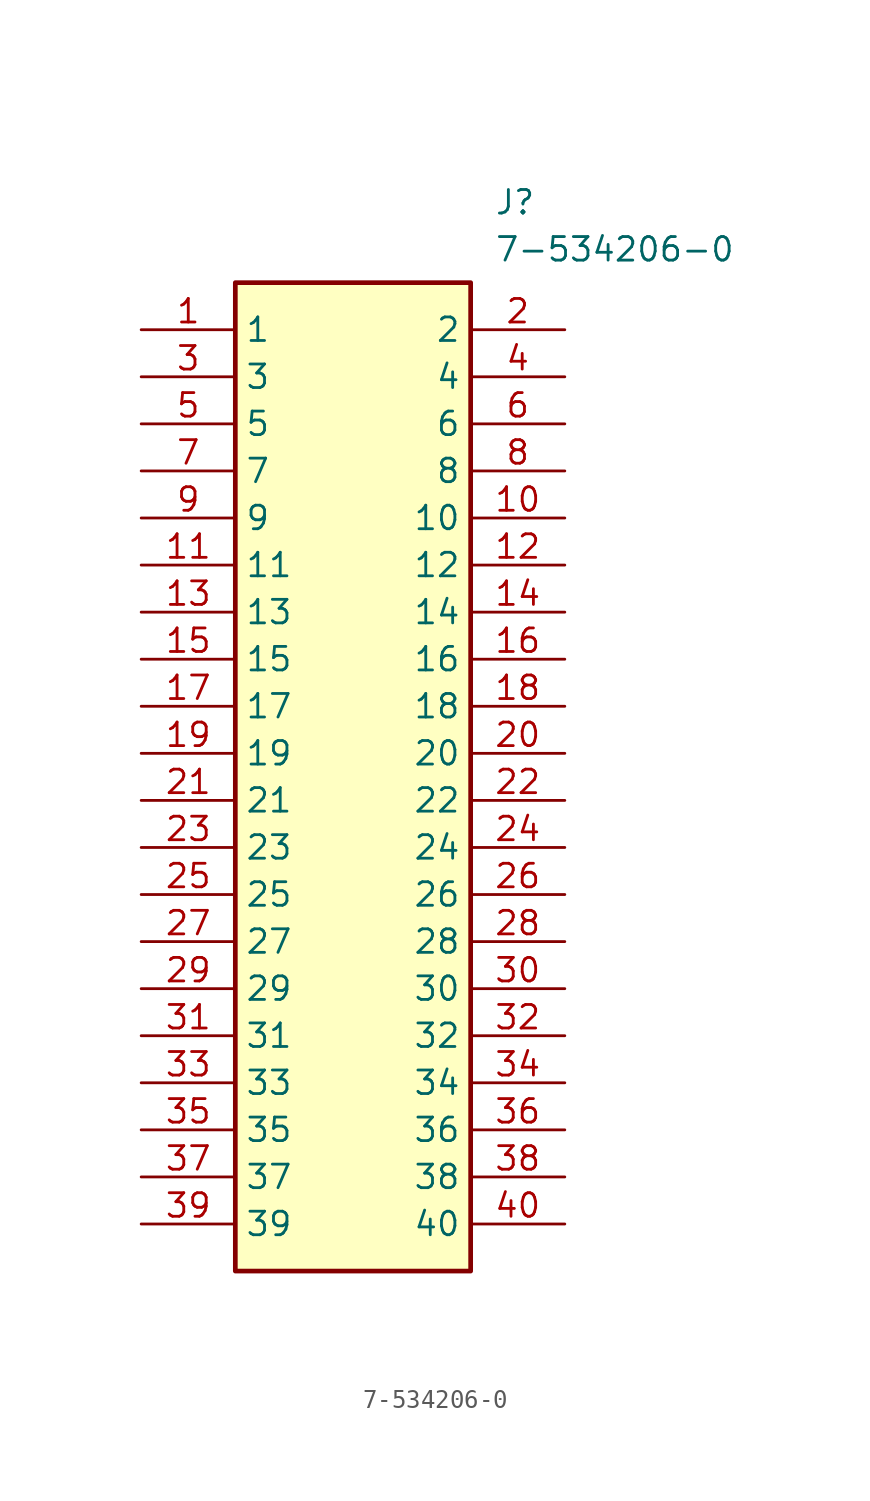
<source format=kicad_sym>
(kicad_symbol_lib
  (version 20211014)
  (generator SamacSys_ECAD_Model)
  (symbol "7-534206-0"
    (property "Reference" "J"
      (at 19.05 7.62 0)
      (effects (font (size 1.27 1.27)) (justify left top)))
    (property "Value" "7-534206-0"
      (at 19.05 5.08 0)
      (effects (font (size 1.27 1.27)) (justify left top)))
    (rectangle
      (start 5.08 2.54)
      (end 17.78 -50.8)
      (stroke (width 0.254) (type default))
      (fill (type background)))
    (pin passive line
      (at 0 0 0)
      (length 5.08)
      (name "1" (effects (font (size 1.27 1.27))))
      (number "1" (effects (font (size 1.27 1.27)))))
    (pin passive line
      (at 0 -2.54 0)
      (length 5.08)
      (name "3" (effects (font (size 1.27 1.27))))
      (number "3" (effects (font (size 1.27 1.27)))))
    (pin passive line
      (at 0 -5.08 0)
      (length 5.08)
      (name "5" (effects (font (size 1.27 1.27))))
      (number "5" (effects (font (size 1.27 1.27)))))
    (pin passive line
      (at 0 -7.62 0)
      (length 5.08)
      (name "7" (effects (font (size 1.27 1.27))))
      (number "7" (effects (font (size 1.27 1.27)))))
    (pin passive line
      (at 0 -10.16 0)
      (length 5.08)
      (name "9" (effects (font (size 1.27 1.27))))
      (number "9" (effects (font (size 1.27 1.27)))))
    (pin passive line
      (at 0 -12.7 0)
      (length 5.08)
      (name "11" (effects (font (size 1.27 1.27))))
      (number "11" (effects (font (size 1.27 1.27)))))
    (pin passive line
      (at 0 -15.24 0)
      (length 5.08)
      (name "13" (effects (font (size 1.27 1.27))))
      (number "13" (effects (font (size 1.27 1.27)))))
    (pin passive line
      (at 0 -17.78 0)
      (length 5.08)
      (name "15" (effects (font (size 1.27 1.27))))
      (number "15" (effects (font (size 1.27 1.27)))))
    (pin passive line
      (at 0 -20.32 0)
      (length 5.08)
      (name "17" (effects (font (size 1.27 1.27))))
      (number "17" (effects (font (size 1.27 1.27)))))
    (pin passive line
      (at 0 -22.86 0)
      (length 5.08)
      (name "19" (effects (font (size 1.27 1.27))))
      (number "19" (effects (font (size 1.27 1.27)))))
    (pin passive line
      (at 0 -25.4 0)
      (length 5.08)
      (name "21" (effects (font (size 1.27 1.27))))
      (number "21" (effects (font (size 1.27 1.27)))))
    (pin passive line
      (at 0 -27.94 0)
      (length 5.08)
      (name "23" (effects (font (size 1.27 1.27))))
      (number "23" (effects (font (size 1.27 1.27)))))
    (pin passive line
      (at 0 -30.48 0)
      (length 5.08)
      (name "25" (effects (font (size 1.27 1.27))))
      (number "25" (effects (font (size 1.27 1.27)))))
    (pin passive line
      (at 0 -33.02 0)
      (length 5.08)
      (name "27" (effects (font (size 1.27 1.27))))
      (number "27" (effects (font (size 1.27 1.27)))))
    (pin passive line
      (at 0 -35.56 0)
      (length 5.08)
      (name "29" (effects (font (size 1.27 1.27))))
      (number "29" (effects (font (size 1.27 1.27)))))
    (pin passive line
      (at 0 -38.1 0)
      (length 5.08)
      (name "31" (effects (font (size 1.27 1.27))))
      (number "31" (effects (font (size 1.27 1.27)))))
    (pin passive line
      (at 0 -40.64 0)
      (length 5.08)
      (name "33" (effects (font (size 1.27 1.27))))
      (number "33" (effects (font (size 1.27 1.27)))))
    (pin passive line
      (at 0 -43.18 0)
      (length 5.08)
      (name "35" (effects (font (size 1.27 1.27))))
      (number "35" (effects (font (size 1.27 1.27)))))
    (pin passive line
      (at 0 -45.72 0)
      (length 5.08)
      (name "37" (effects (font (size 1.27 1.27))))
      (number "37" (effects (font (size 1.27 1.27)))))
    (pin passive line
      (at 0 -48.26 0)
      (length 5.08)
      (name "39" (effects (font (size 1.27 1.27))))
      (number "39" (effects (font (size 1.27 1.27)))))
    (pin passive line
      (at 22.86 0 180)
      (length 5.08)
      (name "2" (effects (font (size 1.27 1.27))))
      (number "2" (effects (font (size 1.27 1.27)))))
    (pin passive line
      (at 22.86 -2.54 180)
      (length 5.08)
      (name "4" (effects (font (size 1.27 1.27))))
      (number "4" (effects (font (size 1.27 1.27)))))
    (pin passive line
      (at 22.86 -5.08 180)
      (length 5.08)
      (name "6" (effects (font (size 1.27 1.27))))
      (number "6" (effects (font (size 1.27 1.27)))))
    (pin passive line
      (at 22.86 -7.62 180)
      (length 5.08)
      (name "8" (effects (font (size 1.27 1.27))))
      (number "8" (effects (font (size 1.27 1.27)))))
    (pin passive line
      (at 22.86 -10.16 180)
      (length 5.08)
      (name "10" (effects (font (size 1.27 1.27))))
      (number "10" (effects (font (size 1.27 1.27)))))
    (pin passive line
      (at 22.86 -12.7 180)
      (length 5.08)
      (name "12" (effects (font (size 1.27 1.27))))
      (number "12" (effects (font (size 1.27 1.27)))))
    (pin passive line
      (at 22.86 -15.24 180)
      (length 5.08)
      (name "14" (effects (font (size 1.27 1.27))))
      (number "14" (effects (font (size 1.27 1.27)))))
    (pin passive line
      (at 22.86 -17.78 180)
      (length 5.08)
      (name "16" (effects (font (size 1.27 1.27))))
      (number "16" (effects (font (size 1.27 1.27)))))
    (pin passive line
      (at 22.86 -20.32 180)
      (length 5.08)
      (name "18" (effects (font (size 1.27 1.27))))
      (number "18" (effects (font (size 1.27 1.27)))))
    (pin passive line
      (at 22.86 -22.86 180)
      (length 5.08)
      (name "20" (effects (font (size 1.27 1.27))))
      (number "20" (effects (font (size 1.27 1.27)))))
    (pin passive line
      (at 22.86 -25.4 180)
      (length 5.08)
      (name "22" (effects (font (size 1.27 1.27))))
      (number "22" (effects (font (size 1.27 1.27)))))
    (pin passive line
      (at 22.86 -27.94 180)
      (length 5.08)
      (name "24" (effects (font (size 1.27 1.27))))
      (number "24" (effects (font (size 1.27 1.27)))))
    (pin passive line
      (at 22.86 -30.48 180)
      (length 5.08)
      (name "26" (effects (font (size 1.27 1.27))))
      (number "26" (effects (font (size 1.27 1.27)))))
    (pin passive line
      (at 22.86 -33.02 180)
      (length 5.08)
      (name "28" (effects (font (size 1.27 1.27))))
      (number "28" (effects (font (size 1.27 1.27)))))
    (pin passive line
      (at 22.86 -35.56 180)
      (length 5.08)
      (name "30" (effects (font (size 1.27 1.27))))
      (number "30" (effects (font (size 1.27 1.27)))))
    (pin passive line
      (at 22.86 -38.1 180)
      (length 5.08)
      (name "32" (effects (font (size 1.27 1.27))))
      (number "32" (effects (font (size 1.27 1.27)))))
    (pin passive line
      (at 22.86 -40.64 180)
      (length 5.08)
      (name "34" (effects (font (size 1.27 1.27))))
      (number "34" (effects (font (size 1.27 1.27)))))
    (pin passive line
      (at 22.86 -43.18 180)
      (length 5.08)
      (name "36" (effects (font (size 1.27 1.27))))
      (number "36" (effects (font (size 1.27 1.27)))))
    (pin passive line
      (at 22.86 -45.72 180)
      (length 5.08)
      (name "38" (effects (font (size 1.27 1.27))))
      (number "38" (effects (font (size 1.27 1.27)))))
    (pin passive line
      (at 22.86 -48.26 180)
      (length 5.08)
      (name "40" (effects (font (size 1.27 1.27))))
      (number "40" (effects (font (size 1.27 1.27)))))))
</source>
